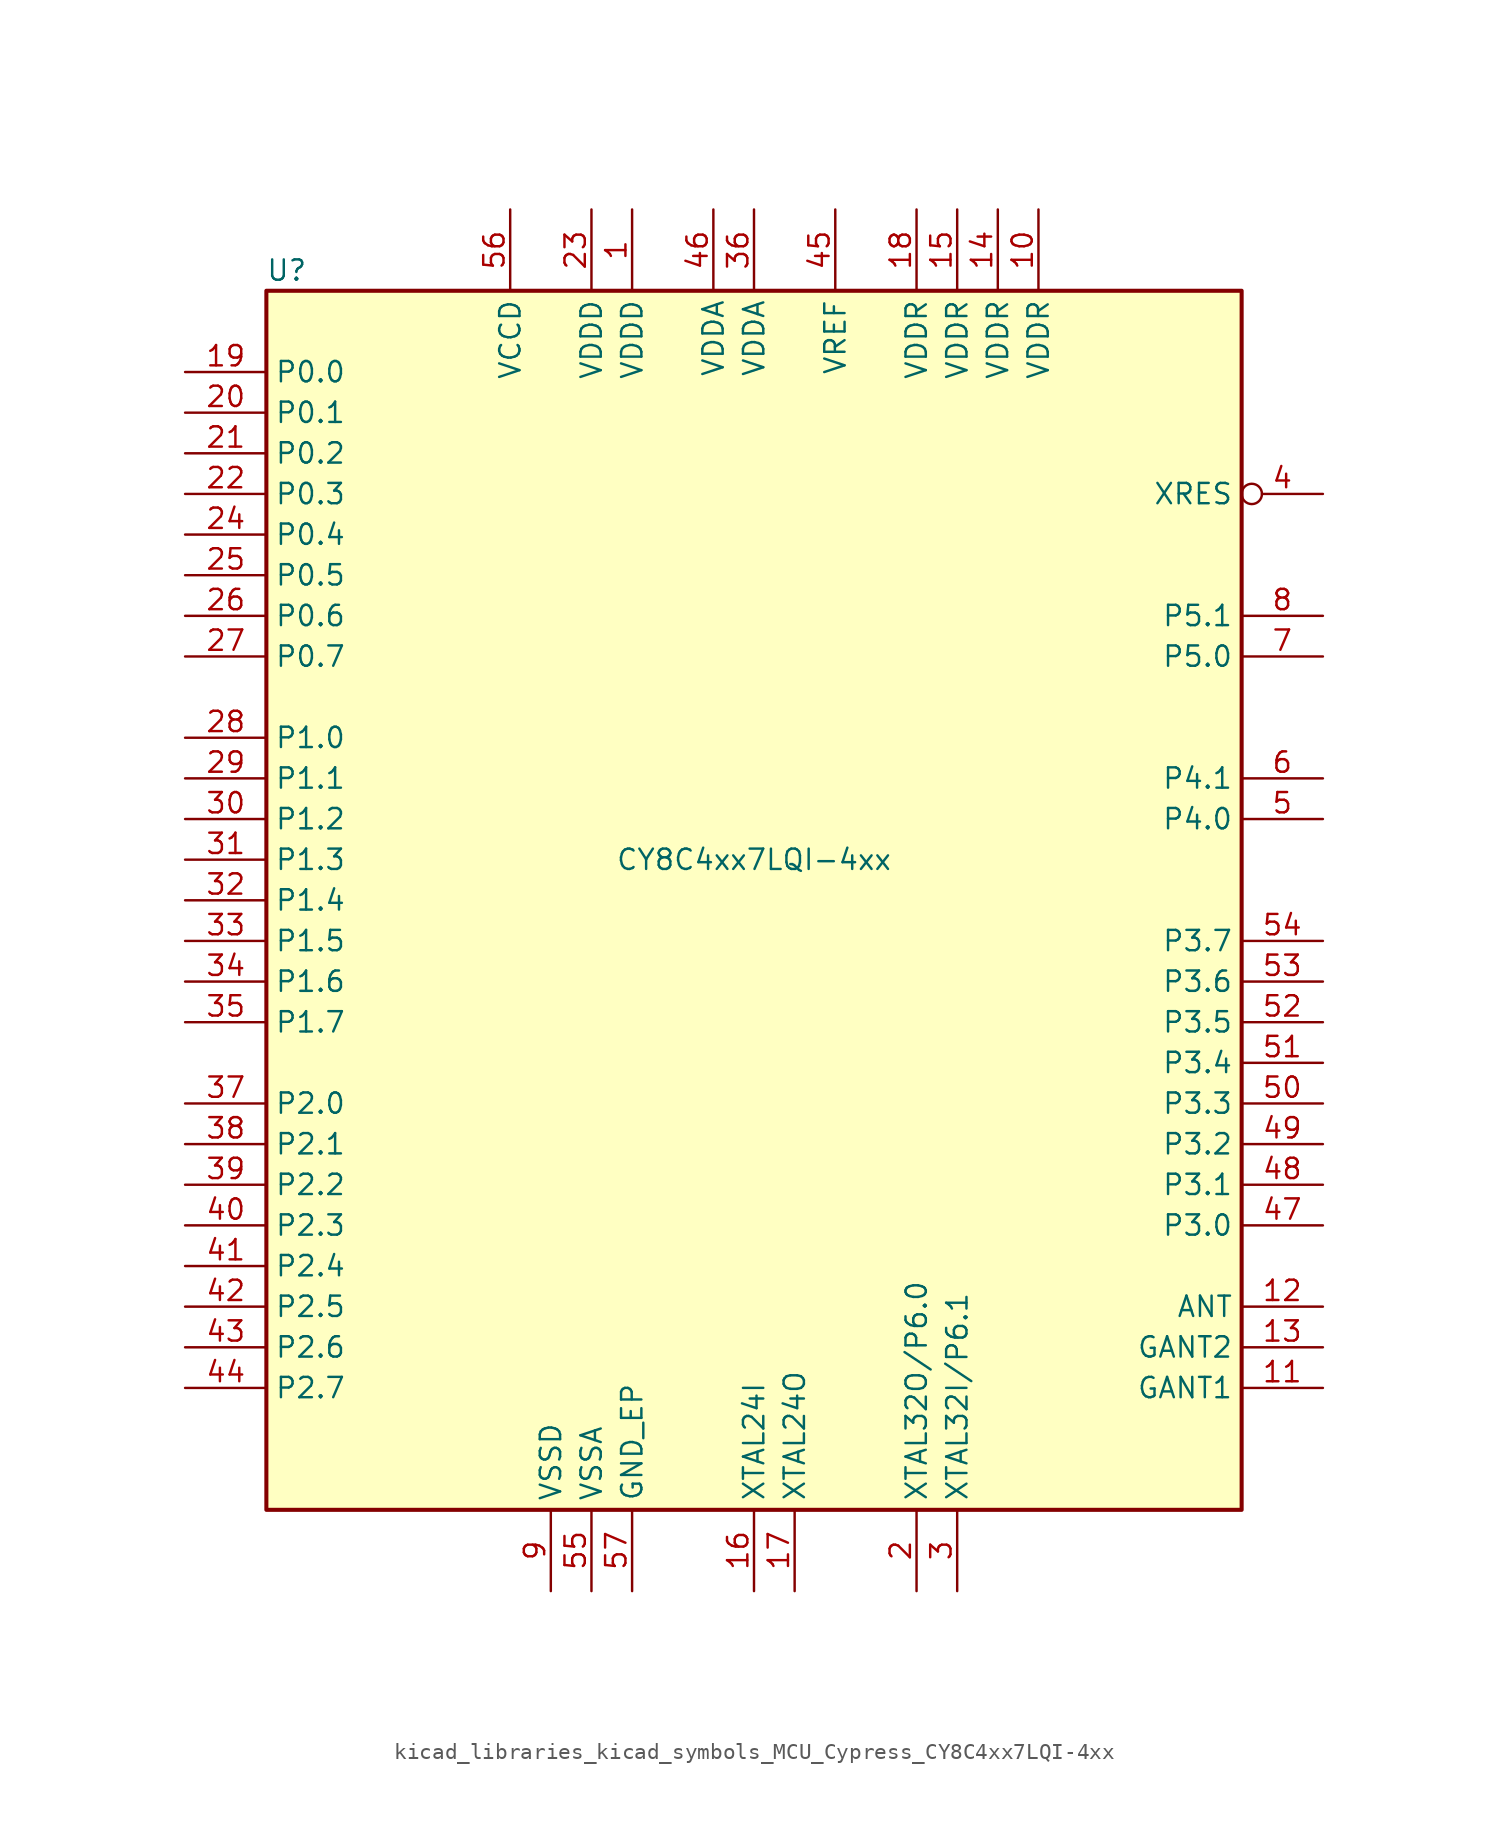
<source format=kicad_sym>
(kicad_symbol_lib
  (version 20220914)
  (generator kicad_symbol_editor)
  (symbol "kicad_libraries_kicad_symbols_MCU_Cypress_CY8C4xx7LQI-4xx"
    (property "Reference" "U"
      (at -29.21 39.37 0)
      (effects (font (size 1.27 1.27))))
    (property "Value" "CY8C4xx7LQI-4xx"
      (at 0 2.54 0)
      (effects (font (size 1.27 1.27))))
    (symbol "kicad_libraries_kicad_symbols_MCU_Cypress_CY8C4xx7LQI-4xx_1_0"
      (rectangle (start -30.48 -38.1) (end 30.48 38.1) (stroke (width 0.254) (type default)) (fill (type background))))
    (symbol "kicad_libraries_kicad_symbols_MCU_Cypress_CY8C4xx7LQI-4xx_1_1"
      (pin power_in line (at -7.62 43.18 270) (length 5.08) (name "VDDD" (effects (font (size 1.27 1.27)))) (number "1" (effects (font (size 1.27 1.27)))))
      (pin power_in line (at 17.78 43.18 270) (length 5.08) (name "VDDR" (effects (font (size 1.27 1.27)))) (number "10" (effects (font (size 1.27 1.27)))))
      (pin power_in line (at 35.56 -30.48 180) (length 5.08) (name "GANT1" (effects (font (size 1.27 1.27)))) (number "11" (effects (font (size 1.27 1.27)))))
      (pin output line (at 35.56 -25.4 180) (length 5.08) (name "ANT" (effects (font (size 1.27 1.27)))) (number "12" (effects (font (size 1.27 1.27)))))
      (pin power_in line (at 35.56 -27.94 180) (length 5.08) (name "GANT2" (effects (font (size 1.27 1.27)))) (number "13" (effects (font (size 1.27 1.27)))))
      (pin power_in line (at 15.24 43.18 270) (length 5.08) (name "VDDR" (effects (font (size 1.27 1.27)))) (number "14" (effects (font (size 1.27 1.27)))))
      (pin power_in line (at 12.7 43.18 270) (length 5.08) (name "VDDR" (effects (font (size 1.27 1.27)))) (number "15" (effects (font (size 1.27 1.27)))))
      (pin input line (at 0 -43.18 90) (length 5.08) (name "XTAL24I" (effects (font (size 1.27 1.27)))) (number "16" (effects (font (size 1.27 1.27)))))
      (pin output line (at 2.54 -43.18 90) (length 5.08) (name "XTAL24O" (effects (font (size 1.27 1.27)))) (number "17" (effects (font (size 1.27 1.27)))))
      (pin power_in line (at 10.16 43.18 270) (length 5.08) (name "VDDR" (effects (font (size 1.27 1.27)))) (number "18" (effects (font (size 1.27 1.27)))))
      (pin bidirectional line (at -35.56 33.02 0) (length 5.08) (name "P0.0" (effects (font (size 1.27 1.27)))) (number "19" (effects (font (size 1.27 1.27)))))
      (pin bidirectional line (at 10.16 -43.18 90) (length 5.08) (name "XTAL32O/P6.0" (effects (font (size 1.27 1.27)))) (number "2" (effects (font (size 1.27 1.27)))))
      (pin bidirectional line (at -35.56 30.48 0) (length 5.08) (name "P0.1" (effects (font (size 1.27 1.27)))) (number "20" (effects (font (size 1.27 1.27)))))
      (pin bidirectional line (at -35.56 27.94 0) (length 5.08) (name "P0.2" (effects (font (size 1.27 1.27)))) (number "21" (effects (font (size 1.27 1.27)))))
      (pin bidirectional line (at -35.56 25.4 0) (length 5.08) (name "P0.3" (effects (font (size 1.27 1.27)))) (number "22" (effects (font (size 1.27 1.27)))))
      (pin power_in line (at -10.16 43.18 270) (length 5.08) (name "VDDD" (effects (font (size 1.27 1.27)))) (number "23" (effects (font (size 1.27 1.27)))))
      (pin bidirectional line (at -35.56 22.86 0) (length 5.08) (name "P0.4" (effects (font (size 1.27 1.27)))) (number "24" (effects (font (size 1.27 1.27)))))
      (pin bidirectional line (at -35.56 20.32 0) (length 5.08) (name "P0.5" (effects (font (size 1.27 1.27)))) (number "25" (effects (font (size 1.27 1.27)))))
      (pin bidirectional line (at -35.56 17.78 0) (length 5.08) (name "P0.6" (effects (font (size 1.27 1.27)))) (number "26" (effects (font (size 1.27 1.27)))))
      (pin bidirectional line (at -35.56 15.24 0) (length 5.08) (name "P0.7" (effects (font (size 1.27 1.27)))) (number "27" (effects (font (size 1.27 1.27)))))
      (pin bidirectional line (at -35.56 10.16 0) (length 5.08) (name "P1.0" (effects (font (size 1.27 1.27)))) (number "28" (effects (font (size 1.27 1.27)))))
      (pin bidirectional line (at -35.56 7.62 0) (length 5.08) (name "P1.1" (effects (font (size 1.27 1.27)))) (number "29" (effects (font (size 1.27 1.27)))))
      (pin bidirectional line (at 12.7 -43.18 90) (length 5.08) (name "XTAL32I/P6.1" (effects (font (size 1.27 1.27)))) (number "3" (effects (font (size 1.27 1.27)))))
      (pin bidirectional line (at -35.56 5.08 0) (length 5.08) (name "P1.2" (effects (font (size 1.27 1.27)))) (number "30" (effects (font (size 1.27 1.27)))))
      (pin bidirectional line (at -35.56 2.54 0) (length 5.08) (name "P1.3" (effects (font (size 1.27 1.27)))) (number "31" (effects (font (size 1.27 1.27)))))
      (pin bidirectional line (at -35.56 0 0) (length 5.08) (name "P1.4" (effects (font (size 1.27 1.27)))) (number "32" (effects (font (size 1.27 1.27)))))
      (pin bidirectional line (at -35.56 -2.54 0) (length 5.08) (name "P1.5" (effects (font (size 1.27 1.27)))) (number "33" (effects (font (size 1.27 1.27)))))
      (pin bidirectional line (at -35.56 -5.08 0) (length 5.08) (name "P1.6" (effects (font (size 1.27 1.27)))) (number "34" (effects (font (size 1.27 1.27)))))
      (pin bidirectional line (at -35.56 -7.62 0) (length 5.08) (name "P1.7" (effects (font (size 1.27 1.27)))) (number "35" (effects (font (size 1.27 1.27)))))
      (pin power_in line (at 0 43.18 270) (length 5.08) (name "VDDA" (effects (font (size 1.27 1.27)))) (number "36" (effects (font (size 1.27 1.27)))))
      (pin bidirectional line (at -35.56 -12.7 0) (length 5.08) (name "P2.0" (effects (font (size 1.27 1.27)))) (number "37" (effects (font (size 1.27 1.27)))))
      (pin bidirectional line (at -35.56 -15.24 0) (length 5.08) (name "P2.1" (effects (font (size 1.27 1.27)))) (number "38" (effects (font (size 1.27 1.27)))))
      (pin bidirectional line (at -35.56 -17.78 0) (length 5.08) (name "P2.2" (effects (font (size 1.27 1.27)))) (number "39" (effects (font (size 1.27 1.27)))))
      (pin input inverted (at 35.56 25.4 180) (length 5.08) (name "XRES" (effects (font (size 1.27 1.27)))) (number "4" (effects (font (size 1.27 1.27)))))
      (pin bidirectional line (at -35.56 -20.32 0) (length 5.08) (name "P2.3" (effects (font (size 1.27 1.27)))) (number "40" (effects (font (size 1.27 1.27)))))
      (pin bidirectional line (at -35.56 -22.86 0) (length 5.08) (name "P2.4" (effects (font (size 1.27 1.27)))) (number "41" (effects (font (size 1.27 1.27)))))
      (pin bidirectional line (at -35.56 -25.4 0) (length 5.08) (name "P2.5" (effects (font (size 1.27 1.27)))) (number "42" (effects (font (size 1.27 1.27)))))
      (pin bidirectional line (at -35.56 -27.94 0) (length 5.08) (name "P2.6" (effects (font (size 1.27 1.27)))) (number "43" (effects (font (size 1.27 1.27)))))
      (pin bidirectional line (at -35.56 -30.48 0) (length 5.08) (name "P2.7" (effects (font (size 1.27 1.27)))) (number "44" (effects (font (size 1.27 1.27)))))
      (pin passive line (at 5.08 43.18 270) (length 5.08) (name "VREF" (effects (font (size 1.27 1.27)))) (number "45" (effects (font (size 1.27 1.27)))))
      (pin power_in line (at -2.54 43.18 270) (length 5.08) (name "VDDA" (effects (font (size 1.27 1.27)))) (number "46" (effects (font (size 1.27 1.27)))))
      (pin bidirectional line (at 35.56 -20.32 180) (length 5.08) (name "P3.0" (effects (font (size 1.27 1.27)))) (number "47" (effects (font (size 1.27 1.27)))))
      (pin bidirectional line (at 35.56 -17.78 180) (length 5.08) (name "P3.1" (effects (font (size 1.27 1.27)))) (number "48" (effects (font (size 1.27 1.27)))))
      (pin bidirectional line (at 35.56 -15.24 180) (length 5.08) (name "P3.2" (effects (font (size 1.27 1.27)))) (number "49" (effects (font (size 1.27 1.27)))))
      (pin bidirectional line (at 35.56 5.08 180) (length 5.08) (name "P4.0" (effects (font (size 1.27 1.27)))) (number "5" (effects (font (size 1.27 1.27)))))
      (pin bidirectional line (at 35.56 -12.7 180) (length 5.08) (name "P3.3" (effects (font (size 1.27 1.27)))) (number "50" (effects (font (size 1.27 1.27)))))
      (pin bidirectional line (at 35.56 -10.16 180) (length 5.08) (name "P3.4" (effects (font (size 1.27 1.27)))) (number "51" (effects (font (size 1.27 1.27)))))
      (pin bidirectional line (at 35.56 -7.62 180) (length 5.08) (name "P3.5" (effects (font (size 1.27 1.27)))) (number "52" (effects (font (size 1.27 1.27)))))
      (pin bidirectional line (at 35.56 -5.08 180) (length 5.08) (name "P3.6" (effects (font (size 1.27 1.27)))) (number "53" (effects (font (size 1.27 1.27)))))
      (pin bidirectional line (at 35.56 -2.54 180) (length 5.08) (name "P3.7" (effects (font (size 1.27 1.27)))) (number "54" (effects (font (size 1.27 1.27)))))
      (pin power_in line (at -10.16 -43.18 90) (length 5.08) (name "VSSA" (effects (font (size 1.27 1.27)))) (number "55" (effects (font (size 1.27 1.27)))))
      (pin power_out line (at -15.24 43.18 270) (length 5.08) (name "VCCD" (effects (font (size 1.27 1.27)))) (number "56" (effects (font (size 1.27 1.27)))))
      (pin power_in line (at -7.62 -43.18 90) (length 5.08) (name "GND_EP" (effects (font (size 1.27 1.27)))) (number "57" (effects (font (size 1.27 1.27)))))
      (pin bidirectional line (at 35.56 7.62 180) (length 5.08) (name "P4.1" (effects (font (size 1.27 1.27)))) (number "6" (effects (font (size 1.27 1.27)))))
      (pin bidirectional line (at 35.56 15.24 180) (length 5.08) (name "P5.0" (effects (font (size 1.27 1.27)))) (number "7" (effects (font (size 1.27 1.27)))))
      (pin bidirectional line (at 35.56 17.78 180) (length 5.08) (name "P5.1" (effects (font (size 1.27 1.27)))) (number "8" (effects (font (size 1.27 1.27)))))
      (pin power_in line (at -12.7 -43.18 90) (length 5.08) (name "VSSD" (effects (font (size 1.27 1.27)))) (number "9" (effects (font (size 1.27 1.27))))))))
</source>
